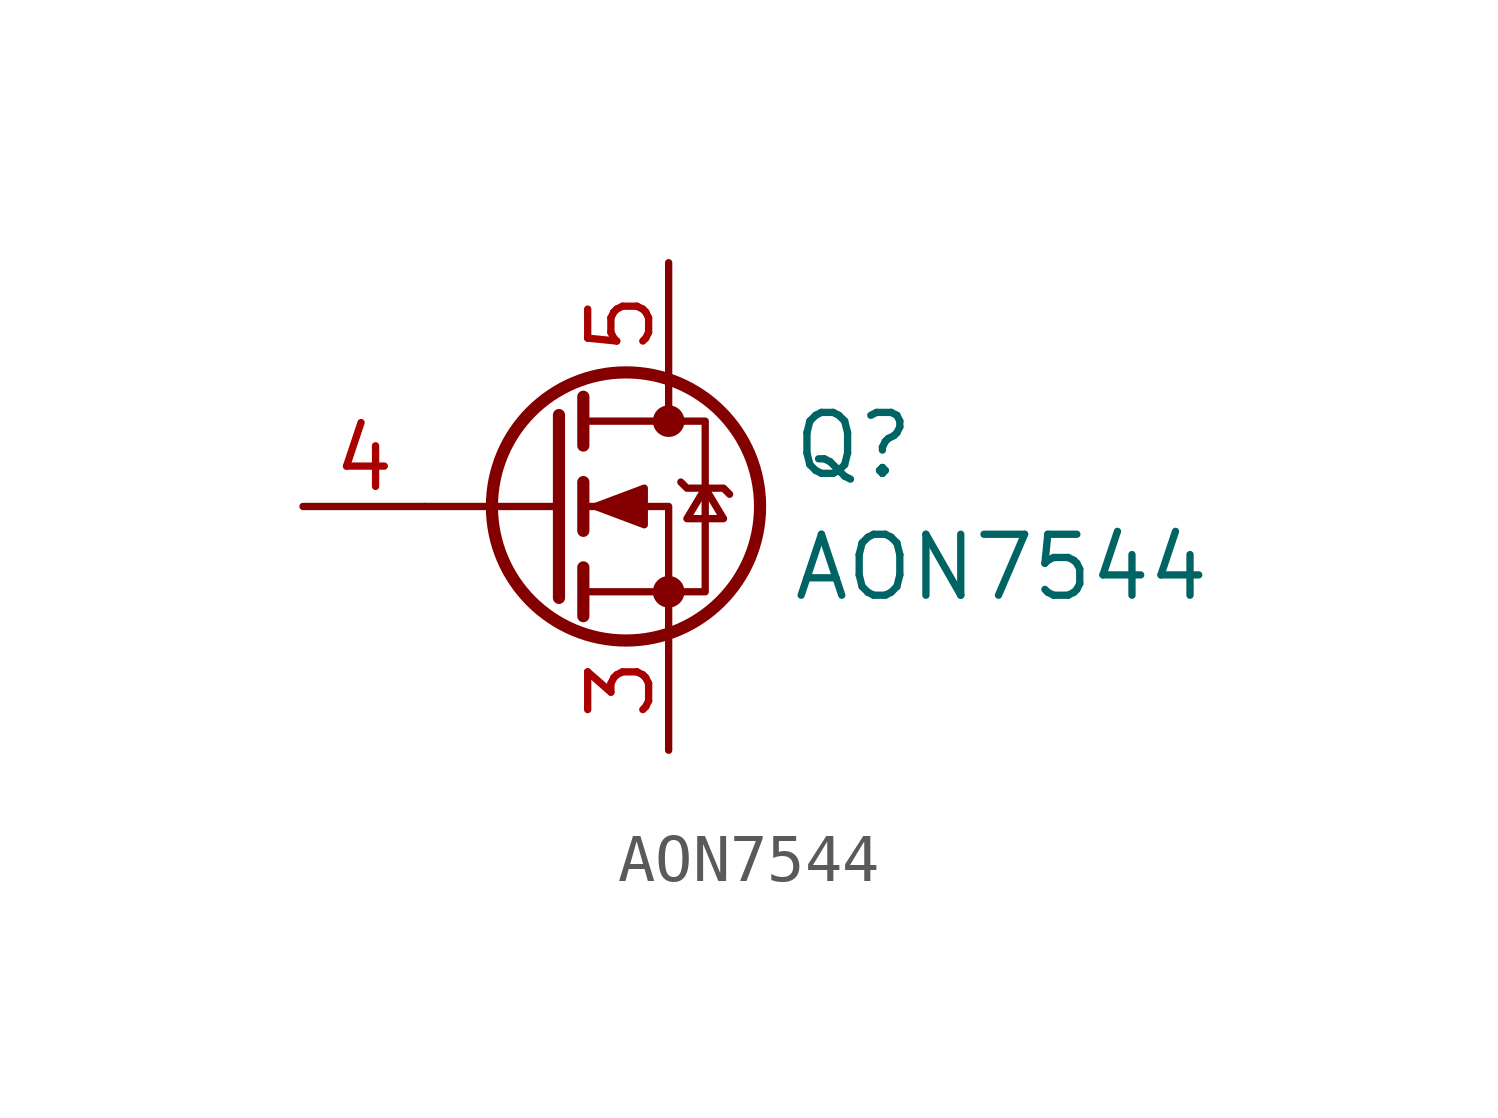
<source format=kicad_sym>
(kicad_symbol_lib
  (version 20231120)
  (generator "kicad_symbol_editor")
  (generator_version "8.0")
  (symbol "AON7544"
    (pin_names
      (offset 0) hide)
    (property "Reference" "Q"
      (at 5.08 1.27 0)
      (effects (font (size 1.27 1.27)) (justify left)))
    (property "Value" "AON7544"
      (at 5.08 -1.27 0)
      (effects (font (size 1.27 1.27)) (justify left)))
    (symbol "AON7544_0_1"
      (polyline (pts (xy 0.254 0) (xy -2.54 0)) (stroke (width 0) (type default)) (fill (type none)))
      (polyline (pts (xy 0.254 1.905) (xy 0.254 -1.905)) (stroke (width 0.254) (type default)) (fill (type none)))
      (polyline (pts (xy 0.762 -1.27) (xy 0.762 -2.286)) (stroke (width 0.254) (type default)) (fill (type none)))
      (polyline (pts (xy 0.762 0.508) (xy 0.762 -0.508)) (stroke (width 0.254) (type default)) (fill (type none)))
      (polyline (pts (xy 0.762 2.286) (xy 0.762 1.27)) (stroke (width 0.254) (type default)) (fill (type none)))
      (polyline (pts (xy 2.54 2.54) (xy 2.54 1.778)) (stroke (width 0) (type default)) (fill (type none)))
      (polyline (pts (xy 2.54 -2.54) (xy 2.54 0) (xy 0.762 0)) (stroke (width 0) (type default)) (fill (type none)))
      (polyline (pts (xy 0.762 -1.778) (xy 3.302 -1.778) (xy 3.302 1.778) (xy 0.762 1.778)) (stroke (width 0) (type default)) (fill (type none)))
      (polyline (pts (xy 1.016 0) (xy 2.032 0.381) (xy 2.032 -0.381) (xy 1.016 0)) (stroke (width 0) (type default)) (fill (type outline)))
      (polyline (pts (xy 2.794 0.508) (xy 2.921 0.381) (xy 3.683 0.381) (xy 3.81 0.254)) (stroke (width 0) (type default)) (fill (type none)))
      (polyline (pts (xy 3.302 0.381) (xy 2.921 -0.254) (xy 3.683 -0.254) (xy 3.302 0.381)) (stroke (width 0) (type default)) (fill (type none)))
      (circle (center 1.651 0) (radius 2.794) (stroke (width 0.254) (type default)) (fill (type none)))
      (circle (center 2.54 -1.778) (radius 0.254) (stroke (width 0) (type default)) (fill (type outline)))
      (circle (center 2.54 1.778) (radius 0.254) (stroke (width 0) (type default)) (fill (type outline))))
    (symbol "AON7544_1_1"
      (pin passive line (at 2.54 -5.08 90) (length 2.54) hide (name "S" (effects (font (size 1.27 1.27)))) (number "1" (effects (font (size 1.27 1.27)))))
      (pin passive line (at 2.54 -5.08 90) (length 2.54) hide (name "S" (effects (font (size 1.27 1.27)))) (number "2" (effects (font (size 1.27 1.27)))))
      (pin passive line (at 2.54 -5.08 90) (length 2.54) (name "S" (effects (font (size 1.27 1.27)))) (number "3" (effects (font (size 1.27 1.27)))))
      (pin input line (at -5.08 0 0) (length 2.54) (name "G" (effects (font (size 1.27 1.27)))) (number "4" (effects (font (size 1.27 1.27)))))
      (pin passive line (at 2.54 5.08 270) (length 2.54) (name "D" (effects (font (size 1.27 1.27)))) (number "5" (effects (font (size 1.27 1.27))))))))
</source>
